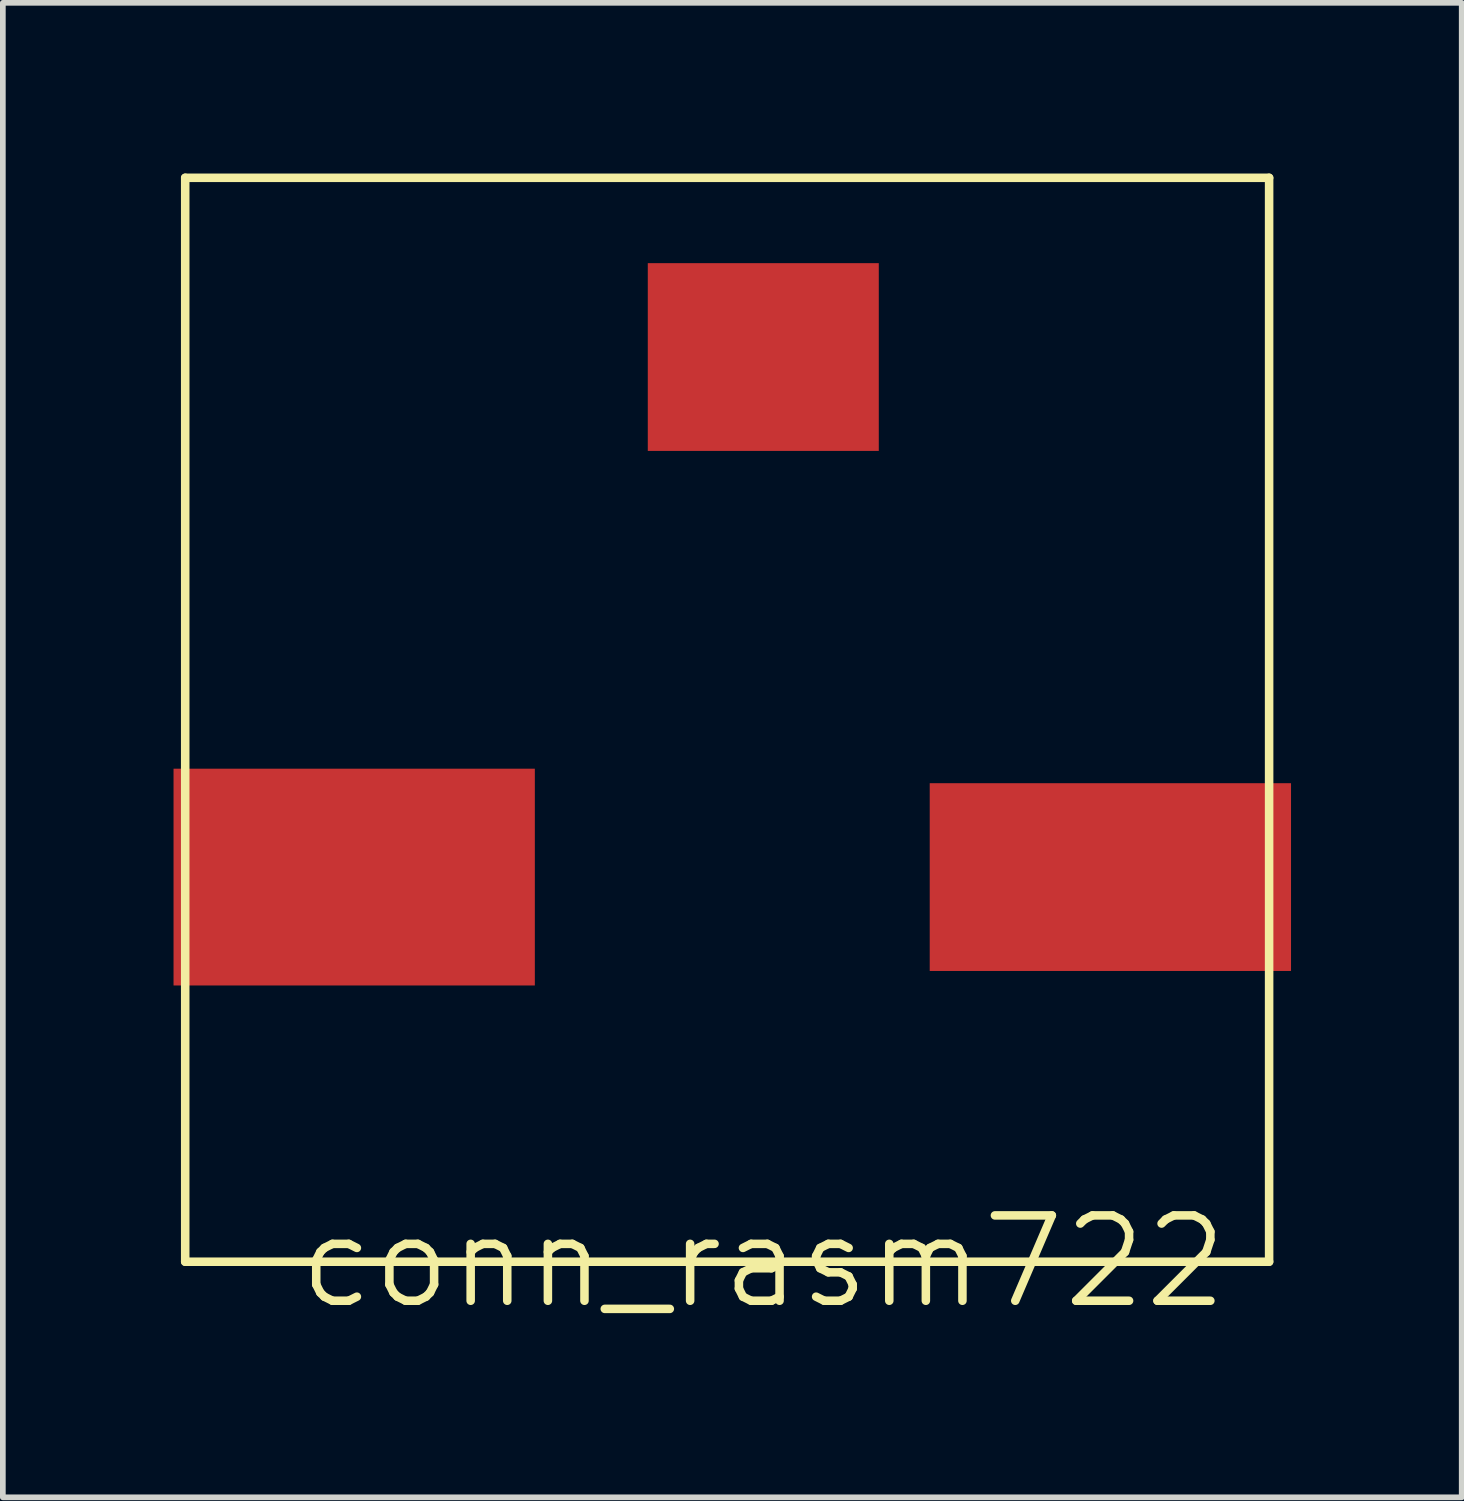
<source format=kicad_pcb>
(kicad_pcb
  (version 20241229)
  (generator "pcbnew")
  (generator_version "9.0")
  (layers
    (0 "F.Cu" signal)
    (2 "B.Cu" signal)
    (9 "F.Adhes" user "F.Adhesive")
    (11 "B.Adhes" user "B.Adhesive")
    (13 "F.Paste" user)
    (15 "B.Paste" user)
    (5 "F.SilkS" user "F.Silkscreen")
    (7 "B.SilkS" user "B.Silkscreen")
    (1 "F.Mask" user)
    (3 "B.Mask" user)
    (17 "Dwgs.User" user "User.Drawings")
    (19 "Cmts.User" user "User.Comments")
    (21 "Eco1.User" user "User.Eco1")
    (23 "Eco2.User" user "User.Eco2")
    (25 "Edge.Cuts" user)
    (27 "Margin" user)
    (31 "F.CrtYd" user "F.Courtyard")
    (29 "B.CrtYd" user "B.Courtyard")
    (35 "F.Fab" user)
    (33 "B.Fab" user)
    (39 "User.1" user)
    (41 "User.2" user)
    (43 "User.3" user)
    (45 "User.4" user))
  (footprint "conn_rasm722"
    (layer "F.Cu")
    (at 10.365 19.125)
    (property "Reference" "conn_rasm722" (at 0 0 0) (layer "F.SilkS") (effects (font (size 1.5 1.5) (thickness 0.15))))
    (attr through_hole)
    (fp_line (start -10.16 -19.05) (end -10.16 0) (stroke (width 0.15) (type solid)) (layer "F.SilkS"))
    (fp_line (start -10.16 0) (end 8.89 0) (stroke (width 0.15) (type solid)) (layer "F.SilkS"))
    (fp_line (start 8.89 -19.05) (end -10.16 -19.05) (stroke (width 0.15) (type solid)) (layer "F.SilkS"))
    (fp_line (start 8.89 0) (end 8.89 -19.05) (stroke (width 0.15) (type solid)) (layer "F.SilkS"))
    (pad "1" smd rect (at -7.19 -6.76 90) (size 3.81 6.35) (layers "F.Cu" "F.Mask" "F.Paste"))
    (pad "2" smd rect (at 6.1 -6.76 90) (size 3.3 6.35) (layers "F.Cu" "F.Mask" "F.Paste"))
    (pad "3" smd rect (at 0 -15.9 90) (size 3.3 4.06) (layers "F.Cu" "F.Mask" "F.Paste")))
  (gr_rect
    (start -3 -3)
    (end 22.64 23.266)
    (stroke (width 0.1) (type default))
    (fill no)
    (layer "Edge.Cuts")))
</source>
